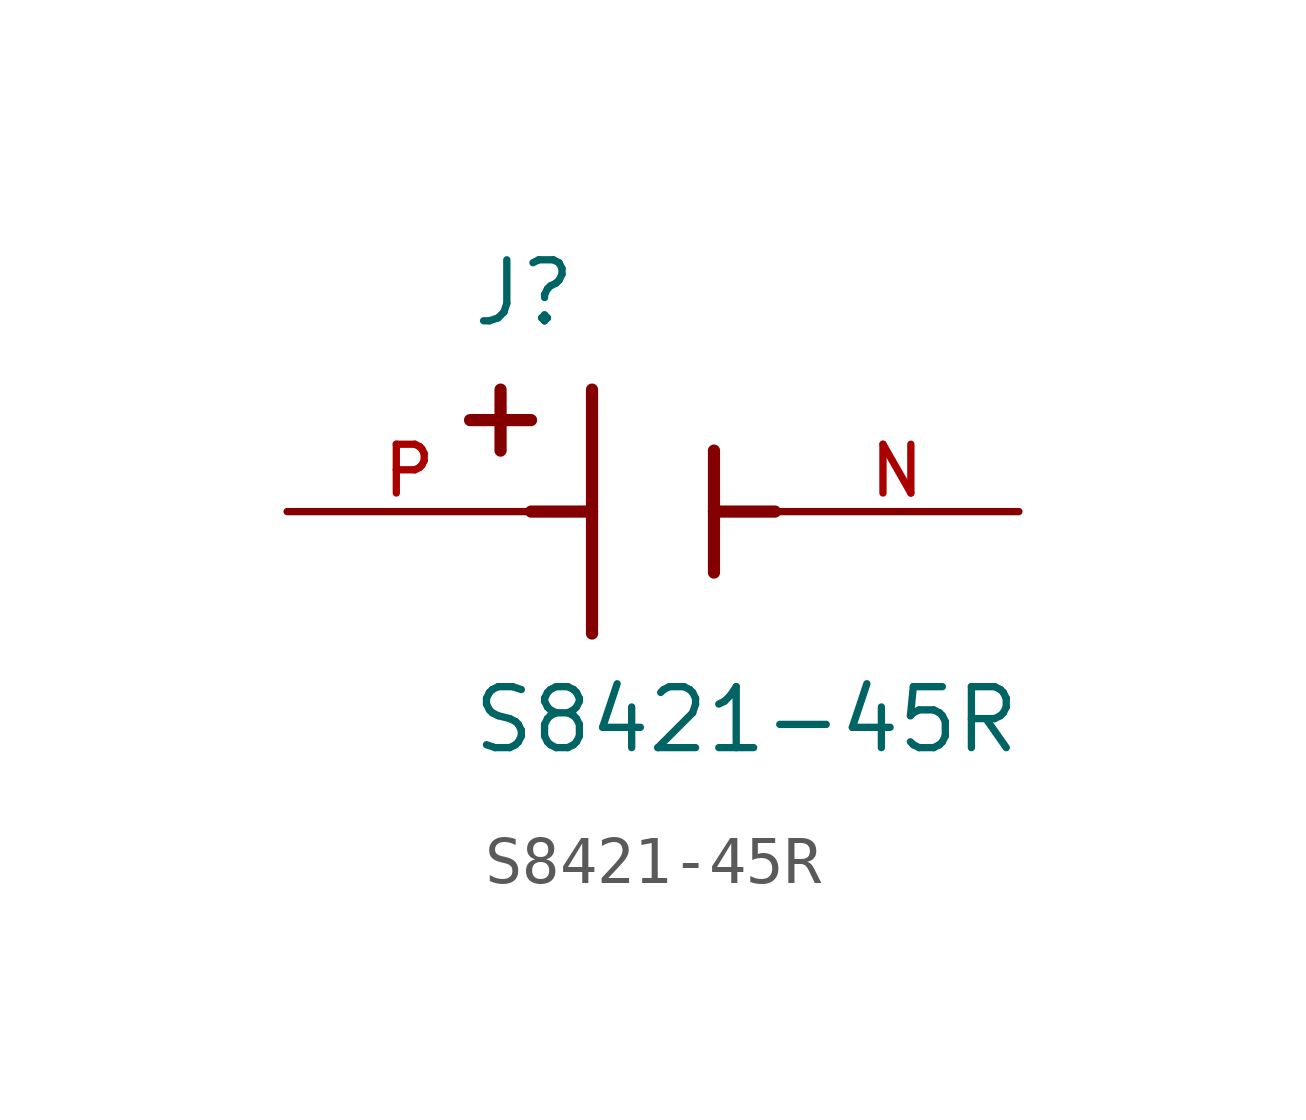
<source format=kicad_sym>
(kicad_symbol_lib
  (version 20211014)
  (generator kicad_symbol_editor)
  (symbol "S8421-45R"
    (pin_names
      (offset 1.016))
    (property "Reference" "J"
      (at -3.81 3.81 0)
      (effects (font (size 1.27 1.27)) (justify bottom left)))
    (property "Value" "S8421-45R"
      (at -3.81 -5.08 0)
      (effects (font (size 1.27 1.27)) (justify bottom left)))
    (symbol "S8421-45R_0_0"
      (polyline (pts (xy -1.27 2.54) (xy -1.27 0.0)) (stroke (width 0.254)))
      (polyline (pts (xy -1.27 0.0) (xy -1.27 -2.54)) (stroke (width 0.254)))
      (polyline (pts (xy 1.27 1.27) (xy 1.27 0.0)) (stroke (width 0.254)))
      (polyline (pts (xy 1.27 0.0) (xy 1.27 -1.27)) (stroke (width 0.254)))
      (polyline (pts (xy -1.27 0.0) (xy -2.54 0.0)) (stroke (width 0.254)))
      (polyline (pts (xy 1.27 0.0) (xy 2.54 0.0)) (stroke (width 0.254)))
      (polyline (pts (xy -3.175 2.54) (xy -3.175 1.27)) (stroke (width 0.254)))
      (polyline (pts (xy -3.81 1.905) (xy -2.54 1.905)) (stroke (width 0.254)))
      (pin passive line (at -7.62 0.0 0) (length 5.08) (name "~" (effects (font (size 1.016 1.016)))) (number "P" (effects (font (size 1.016 1.016)))))
      (pin passive line (at 7.62 0.0 180.0) (length 5.08) (name "~" (effects (font (size 1.016 1.016)))) (number "N" (effects (font (size 1.016 1.016))))))))
</source>
